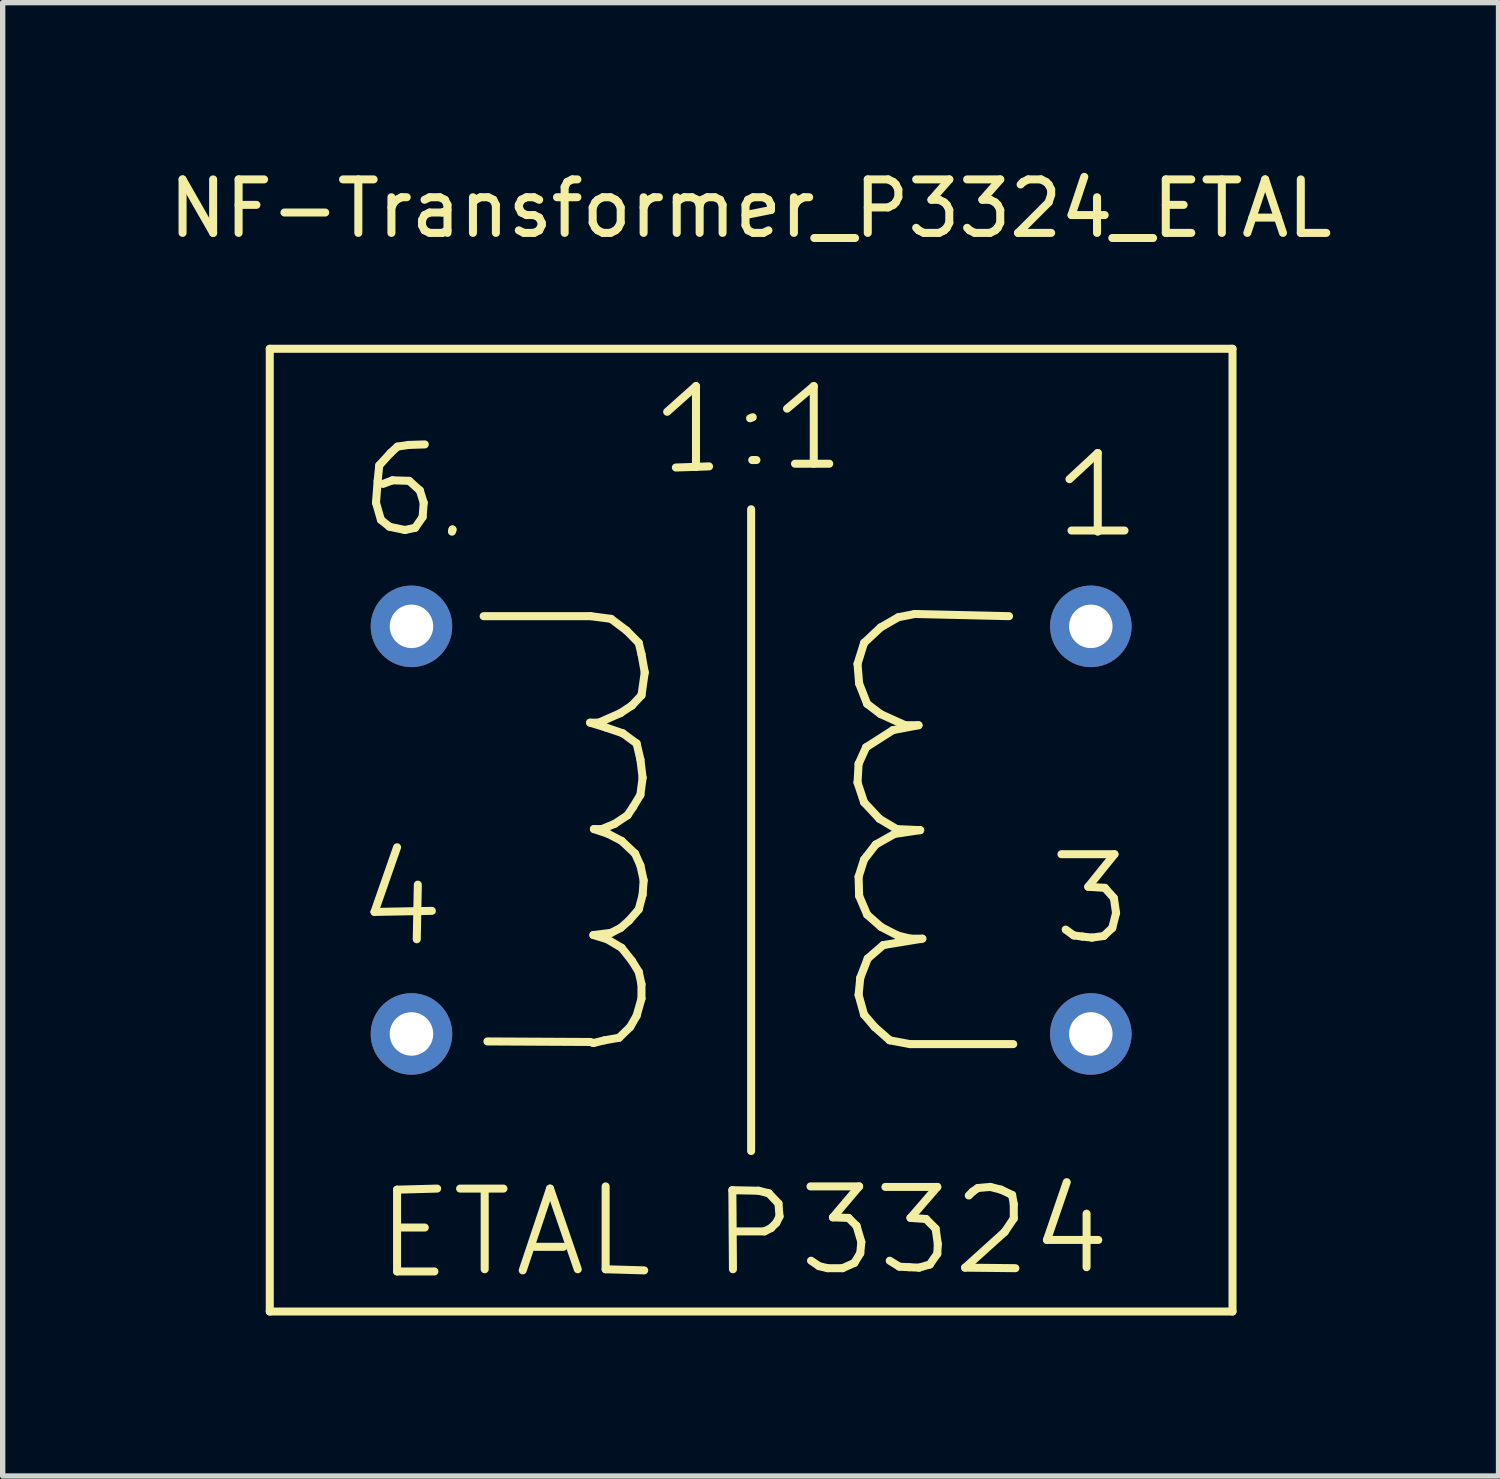
<source format=kicad_pcb>
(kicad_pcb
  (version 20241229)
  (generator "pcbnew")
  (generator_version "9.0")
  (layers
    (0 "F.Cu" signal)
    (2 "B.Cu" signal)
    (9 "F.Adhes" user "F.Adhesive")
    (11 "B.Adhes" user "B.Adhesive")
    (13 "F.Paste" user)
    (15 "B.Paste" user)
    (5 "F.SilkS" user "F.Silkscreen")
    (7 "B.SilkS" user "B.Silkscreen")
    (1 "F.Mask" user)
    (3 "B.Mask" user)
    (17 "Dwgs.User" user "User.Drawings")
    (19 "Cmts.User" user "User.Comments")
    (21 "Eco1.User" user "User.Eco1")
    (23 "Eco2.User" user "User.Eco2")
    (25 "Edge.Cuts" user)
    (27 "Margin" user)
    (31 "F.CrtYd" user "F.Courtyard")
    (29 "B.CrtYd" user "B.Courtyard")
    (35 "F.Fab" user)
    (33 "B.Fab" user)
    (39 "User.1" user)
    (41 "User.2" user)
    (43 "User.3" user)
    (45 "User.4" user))
  (footprint "NF-Transformer_P3324_ETAL"
    (layer "F.Cu")
    (at 10.992 12.469)
    (property "Reference" "NF-Transformer_P3324_ETAL" (at -0.01 -11.62 0) (layer "F.SilkS") (effects (font (size 1 1) (thickness 0.15))))
    (attr through_hole)
    (fp_line (start -8.999 -8.999) (end -8.999 8.999) (stroke (width 0.15) (type solid)) (layer "F.SilkS"))
    (fp_line (start -8.999 8.999) (end 8.999 8.999) (stroke (width 0.15) (type solid)) (layer "F.SilkS"))
    (fp_line (start -7.041 1.529) (end -5.969 1.509) (stroke (width 0.15) (type solid)) (layer "F.SilkS"))
    (fp_line (start -7.013 -6.121) (end -6.921 -5.801) (stroke (width 0.15) (type solid)) (layer "F.SilkS"))
    (fp_line (start -6.982 -6.53) (end -7.013 -6.121) (stroke (width 0.15) (type solid)) (layer "F.SilkS"))
    (fp_line (start -6.952 -6.82) (end -6.982 -6.53) (stroke (width 0.15) (type solid)) (layer "F.SilkS"))
    (fp_line (start -6.921 -5.801) (end -6.761 -5.672) (stroke (width 0.15) (type solid)) (layer "F.SilkS"))
    (fp_line (start -6.761 -5.672) (end -6.472 -5.611) (stroke (width 0.15) (type solid)) (layer "F.SilkS"))
    (fp_line (start -6.741 -7.051) (end -6.952 -6.82) (stroke (width 0.15) (type solid)) (layer "F.SilkS"))
    (fp_line (start -6.703 -6.54) (end -6.883 -6.472) (stroke (width 0.15) (type solid)) (layer "F.SilkS"))
    (fp_line (start -6.619 0.32) (end -7.041 1.529) (stroke (width 0.15) (type solid)) (layer "F.SilkS"))
    (fp_line (start -6.619 6.721) (end -6.619 8.25) (stroke (width 0.15) (type solid)) (layer "F.SilkS"))
    (fp_line (start -6.619 8.25) (end -5.921 8.25) (stroke (width 0.15) (type solid)) (layer "F.SilkS"))
    (fp_line (start -6.612 -7.17) (end -6.741 -7.051) (stroke (width 0.15) (type solid)) (layer "F.SilkS"))
    (fp_line (start -6.551 7.429) (end -6.101 7.429) (stroke (width 0.15) (type solid)) (layer "F.SilkS"))
    (fp_line (start -6.472 -5.611) (end -6.281 -5.652) (stroke (width 0.15) (type solid)) (layer "F.SilkS"))
    (fp_line (start -6.403 -7.201) (end -6.612 -7.17) (stroke (width 0.15) (type solid)) (layer "F.SilkS"))
    (fp_line (start -6.393 -6.53) (end -6.703 -6.54) (stroke (width 0.15) (type solid)) (layer "F.SilkS"))
    (fp_line (start -6.281 -5.652) (end -6.142 -5.852) (stroke (width 0.15) (type solid)) (layer "F.SilkS"))
    (fp_line (start -6.231 1.019) (end -6.251 2.04) (stroke (width 0.15) (type solid)) (layer "F.SilkS"))
    (fp_line (start -6.193 -6.35) (end -6.393 -6.53) (stroke (width 0.15) (type solid)) (layer "F.SilkS"))
    (fp_line (start -6.142 -5.852) (end -6.121 -6.121) (stroke (width 0.15) (type solid)) (layer "F.SilkS"))
    (fp_line (start -6.121 -6.121) (end -6.193 -6.35) (stroke (width 0.15) (type solid)) (layer "F.SilkS"))
    (fp_line (start -6.101 -7.211) (end -6.403 -7.201) (stroke (width 0.15) (type solid)) (layer "F.SilkS"))
    (fp_line (start -5.87 6.701) (end -6.619 6.721) (stroke (width 0.15) (type solid)) (layer "F.SilkS"))
    (fp_line (start -5.593 -5.58) (end -5.583 -5.621) (stroke (width 0.15) (type solid)) (layer "F.SilkS"))
    (fp_line (start -5.583 -5.621) (end -5.583 -5.611) (stroke (width 0.15) (type solid)) (layer "F.SilkS"))
    (fp_line (start -5.441 6.701) (end -4.63 6.701) (stroke (width 0.15) (type solid)) (layer "F.SilkS"))
    (fp_line (start -5.001 -4) (end -3 -4) (stroke (width 0.15) (type solid)) (layer "F.SilkS"))
    (fp_line (start -4.981 8.209) (end -4.981 6.741) (stroke (width 0.15) (type solid)) (layer "F.SilkS"))
    (fp_line (start -4.27 8.23) (end -3.759 6.701) (stroke (width 0.15) (type solid)) (layer "F.SilkS"))
    (fp_line (start -4.041 7.79) (end -3.51 7.79) (stroke (width 0.15) (type solid)) (layer "F.SilkS"))
    (fp_line (start -3.759 6.701) (end -3.241 8.209) (stroke (width 0.15) (type solid)) (layer "F.SilkS"))
    (fp_line (start -3.01 -2.009) (end -2.72 -1.92) (stroke (width 0.15) (type solid)) (layer "F.SilkS"))
    (fp_line (start -3.01 3.96) (end -4.93 3.95) (stroke (width 0.15) (type solid)) (layer "F.SilkS"))
    (fp_line (start -3 -4) (end -2.619 -3.95) (stroke (width 0.15) (type solid)) (layer "F.SilkS"))
    (fp_line (start -2.949 1.961) (end -2.69 2.04) (stroke (width 0.15) (type solid)) (layer "F.SilkS"))
    (fp_line (start -2.949 3.98) (end -3.01 3.96) (stroke (width 0.15) (type solid)) (layer "F.SilkS"))
    (fp_line (start -2.939 -0.02) (end -2.67 0.071) (stroke (width 0.15) (type solid)) (layer "F.SilkS"))
    (fp_line (start -2.85 -2.009) (end -3.01 -2.009) (stroke (width 0.15) (type solid)) (layer "F.SilkS"))
    (fp_line (start -2.789 -0.02) (end -2.939 -0.02) (stroke (width 0.15) (type solid)) (layer "F.SilkS"))
    (fp_line (start -2.741 3.929) (end -2.949 3.98) (stroke (width 0.15) (type solid)) (layer "F.SilkS"))
    (fp_line (start -2.72 -1.92) (end -2.4 -1.811) (stroke (width 0.15) (type solid)) (layer "F.SilkS"))
    (fp_line (start -2.72 6.66) (end -2.72 8.209) (stroke (width 0.15) (type solid)) (layer "F.SilkS"))
    (fp_line (start -2.72 8.209) (end -1.999 8.23) (stroke (width 0.15) (type solid)) (layer "F.SilkS"))
    (fp_line (start -2.69 2.04) (end -2.421 2.2) (stroke (width 0.15) (type solid)) (layer "F.SilkS"))
    (fp_line (start -2.67 0.071) (end -2.421 0.201) (stroke (width 0.15) (type solid)) (layer "F.SilkS"))
    (fp_line (start -2.619 -3.95) (end -2.329 -3.731) (stroke (width 0.15) (type solid)) (layer "F.SilkS"))
    (fp_line (start -2.619 1.92) (end -2.949 1.961) (stroke (width 0.15) (type solid)) (layer "F.SilkS"))
    (fp_line (start -2.55 -0.119) (end -2.789 -0.02) (stroke (width 0.15) (type solid)) (layer "F.SilkS"))
    (fp_line (start -2.469 3.881) (end -2.741 3.929) (stroke (width 0.15) (type solid)) (layer "F.SilkS"))
    (fp_line (start -2.441 -2.189) (end -2.85 -2.009) (stroke (width 0.15) (type solid)) (layer "F.SilkS"))
    (fp_line (start -2.441 1.829) (end -2.619 1.92) (stroke (width 0.15) (type solid)) (layer "F.SilkS"))
    (fp_line (start -2.421 0.201) (end -2.169 0.439) (stroke (width 0.15) (type solid)) (layer "F.SilkS"))
    (fp_line (start -2.421 2.2) (end -2.23 2.441) (stroke (width 0.15) (type solid)) (layer "F.SilkS"))
    (fp_line (start -2.4 -1.811) (end -2.141 -1.621) (stroke (width 0.15) (type solid)) (layer "F.SilkS"))
    (fp_line (start -2.329 -3.731) (end -2.101 -3.5) (stroke (width 0.15) (type solid)) (layer "F.SilkS"))
    (fp_line (start -2.309 -0.279) (end -2.55 -0.119) (stroke (width 0.15) (type solid)) (layer "F.SilkS"))
    (fp_line (start -2.281 1.689) (end -2.441 1.829) (stroke (width 0.15) (type solid)) (layer "F.SilkS"))
    (fp_line (start -2.261 3.68) (end -2.469 3.881) (stroke (width 0.15) (type solid)) (layer "F.SilkS"))
    (fp_line (start -2.23 -2.329) (end -2.441 -2.189) (stroke (width 0.15) (type solid)) (layer "F.SilkS"))
    (fp_line (start -2.23 2.441) (end -2.101 2.649) (stroke (width 0.15) (type solid)) (layer "F.SilkS"))
    (fp_line (start -2.21 -0.429) (end -2.309 -0.279) (stroke (width 0.15) (type solid)) (layer "F.SilkS"))
    (fp_line (start -2.169 0.439) (end -2.07 0.66) (stroke (width 0.15) (type solid)) (layer "F.SilkS"))
    (fp_line (start -2.141 -1.621) (end -2.07 -1.321) (stroke (width 0.15) (type solid)) (layer "F.SilkS"))
    (fp_line (start -2.141 3.47) (end -2.261 3.68) (stroke (width 0.15) (type solid)) (layer "F.SilkS"))
    (fp_line (start -2.101 -3.5) (end -2.05 -3.289) (stroke (width 0.15) (type solid)) (layer "F.SilkS"))
    (fp_line (start -2.101 1.481) (end -2.281 1.689) (stroke (width 0.15) (type solid)) (layer "F.SilkS"))
    (fp_line (start -2.101 2.649) (end -2.05 2.88) (stroke (width 0.15) (type solid)) (layer "F.SilkS"))
    (fp_line (start -2.07 -1.321) (end -2.029 -0.98) (stroke (width 0.15) (type solid)) (layer "F.SilkS"))
    (fp_line (start -2.07 -0.66) (end -2.21 -0.429) (stroke (width 0.15) (type solid)) (layer "F.SilkS"))
    (fp_line (start -2.07 0.66) (end -2.009 0.94) (stroke (width 0.15) (type solid)) (layer "F.SilkS"))
    (fp_line (start -2.05 -3.289) (end -1.989 -2.949) (stroke (width 0.15) (type solid)) (layer "F.SilkS"))
    (fp_line (start -2.05 -2.52) (end -2.23 -2.329) (stroke (width 0.15) (type solid)) (layer "F.SilkS"))
    (fp_line (start -2.05 2.88) (end -2.05 3.15) (stroke (width 0.15) (type solid)) (layer "F.SilkS"))
    (fp_line (start -2.05 3.15) (end -2.141 3.47) (stroke (width 0.15) (type solid)) (layer "F.SilkS"))
    (fp_line (start -2.029 -0.98) (end -2.07 -0.66) (stroke (width 0.15) (type solid)) (layer "F.SilkS"))
    (fp_line (start -2.029 1.209) (end -2.101 1.481) (stroke (width 0.15) (type solid)) (layer "F.SilkS"))
    (fp_line (start -2.009 0.94) (end -2.029 1.209) (stroke (width 0.15) (type solid)) (layer "F.SilkS"))
    (fp_line (start -1.989 -2.949) (end -2.05 -2.52) (stroke (width 0.15) (type solid)) (layer "F.SilkS"))
    (fp_line (start -1.57 -7.821) (end -1.031 -8.301) (stroke (width 0.15) (type solid)) (layer "F.SilkS"))
    (fp_line (start -1.407 -6.779) (end -0.787 -6.8) (stroke (width 0.15) (type solid)) (layer "F.SilkS"))
    (fp_line (start -1.031 -8.301) (end -1.031 -6.789) (stroke (width 0.15) (type solid)) (layer "F.SilkS"))
    (fp_line (start -0.351 6.731) (end 0.14 6.741) (stroke (width 0.15) (type solid)) (layer "F.SilkS"))
    (fp_line (start -0.34 8.209) (end -0.351 6.731) (stroke (width 0.15) (type solid)) (layer "F.SilkS"))
    (fp_line (start 0 -5.999) (end 0 5.999) (stroke (width 0.15) (type solid)) (layer "F.SilkS"))
    (fp_line (start 0.03 -7.719) (end -0.02 -7.699) (stroke (width 0.15) (type solid)) (layer "F.SilkS"))
    (fp_line (start 0.099 -6.919) (end 0.02 -6.919) (stroke (width 0.15) (type solid)) (layer "F.SilkS"))
    (fp_line (start 0.14 6.741) (end 0.33 6.789) (stroke (width 0.15) (type solid)) (layer "F.SilkS"))
    (fp_line (start 0.249 7.501) (end -0.269 7.501) (stroke (width 0.15) (type solid)) (layer "F.SilkS"))
    (fp_line (start 0.33 6.789) (end 0.511 6.98) (stroke (width 0.15) (type solid)) (layer "F.SilkS"))
    (fp_line (start 0.371 7.44) (end 0.249 7.501) (stroke (width 0.15) (type solid)) (layer "F.SilkS"))
    (fp_line (start 0.47 7.341) (end 0.371 7.44) (stroke (width 0.15) (type solid)) (layer "F.SilkS"))
    (fp_line (start 0.511 6.98) (end 0.531 7.221) (stroke (width 0.15) (type solid)) (layer "F.SilkS"))
    (fp_line (start 0.531 7.221) (end 0.47 7.341) (stroke (width 0.15) (type solid)) (layer "F.SilkS"))
    (fp_line (start 0.671 -7.879) (end 1.171 -8.301) (stroke (width 0.15) (type solid)) (layer "F.SilkS"))
    (fp_line (start 0.82 -6.85) (end 1.46 -6.85) (stroke (width 0.15) (type solid)) (layer "F.SilkS"))
    (fp_line (start 1.11 6.66) (end 2.019 6.66) (stroke (width 0.15) (type solid)) (layer "F.SilkS"))
    (fp_line (start 1.171 -8.301) (end 1.171 -6.85) (stroke (width 0.15) (type solid)) (layer "F.SilkS"))
    (fp_line (start 1.27 8.151) (end 1.12 8.049) (stroke (width 0.15) (type solid)) (layer "F.SilkS"))
    (fp_line (start 1.43 8.189) (end 1.27 8.151) (stroke (width 0.15) (type solid)) (layer "F.SilkS"))
    (fp_line (start 1.529 7.239) (end 1.821 7.249) (stroke (width 0.15) (type solid)) (layer "F.SilkS"))
    (fp_line (start 1.709 8.189) (end 1.43 8.189) (stroke (width 0.15) (type solid)) (layer "F.SilkS"))
    (fp_line (start 1.821 7.249) (end 1.971 7.399) (stroke (width 0.15) (type solid)) (layer "F.SilkS"))
    (fp_line (start 1.93 8.09) (end 1.709 8.189) (stroke (width 0.15) (type solid)) (layer "F.SilkS"))
    (fp_line (start 1.971 7.399) (end 2.06 7.699) (stroke (width 0.15) (type solid)) (layer "F.SilkS"))
    (fp_line (start 1.989 -3.109) (end 2.019 -2.741) (stroke (width 0.15) (type solid)) (layer "F.SilkS"))
    (fp_line (start 1.989 -0.889) (end 2.111 -0.521) (stroke (width 0.15) (type solid)) (layer "F.SilkS"))
    (fp_line (start 2.009 -1.24) (end 1.989 -0.889) (stroke (width 0.15) (type solid)) (layer "F.SilkS"))
    (fp_line (start 2.009 0.871) (end 2.019 1.229) (stroke (width 0.15) (type solid)) (layer "F.SilkS"))
    (fp_line (start 2.009 3.081) (end 2.111 3.449) (stroke (width 0.15) (type solid)) (layer "F.SilkS"))
    (fp_line (start 2.019 -2.741) (end 2.169 -2.36) (stroke (width 0.15) (type solid)) (layer "F.SilkS"))
    (fp_line (start 2.019 1.229) (end 2.169 1.58) (stroke (width 0.15) (type solid)) (layer "F.SilkS"))
    (fp_line (start 2.019 6.66) (end 1.529 7.239) (stroke (width 0.15) (type solid)) (layer "F.SilkS"))
    (fp_line (start 2.04 2.761) (end 2.009 3.081) (stroke (width 0.15) (type solid)) (layer "F.SilkS"))
    (fp_line (start 2.04 7.91) (end 1.93 8.09) (stroke (width 0.15) (type solid)) (layer "F.SilkS"))
    (fp_line (start 2.06 7.699) (end 2.04 7.91) (stroke (width 0.15) (type solid)) (layer "F.SilkS"))
    (fp_line (start 2.111 -3.5) (end 1.989 -3.109) (stroke (width 0.15) (type solid)) (layer "F.SilkS"))
    (fp_line (start 2.111 -0.521) (end 2.4 -0.211) (stroke (width 0.15) (type solid)) (layer "F.SilkS"))
    (fp_line (start 2.111 0.551) (end 2.009 0.871) (stroke (width 0.15) (type solid)) (layer "F.SilkS"))
    (fp_line (start 2.111 3.449) (end 2.309 3.68) (stroke (width 0.15) (type solid)) (layer "F.SilkS"))
    (fp_line (start 2.149 -1.549) (end 2.009 -1.24) (stroke (width 0.15) (type solid)) (layer "F.SilkS"))
    (fp_line (start 2.169 -2.36) (end 2.421 -2.169) (stroke (width 0.15) (type solid)) (layer "F.SilkS"))
    (fp_line (start 2.169 1.58) (end 2.431 1.811) (stroke (width 0.15) (type solid)) (layer "F.SilkS"))
    (fp_line (start 2.179 2.4) (end 2.04 2.761) (stroke (width 0.15) (type solid)) (layer "F.SilkS"))
    (fp_line (start 2.309 3.68) (end 2.591 3.929) (stroke (width 0.15) (type solid)) (layer "F.SilkS"))
    (fp_line (start 2.329 0.269) (end 2.111 0.551) (stroke (width 0.15) (type solid)) (layer "F.SilkS"))
    (fp_line (start 2.4 -0.211) (end 2.72 -0.02) (stroke (width 0.15) (type solid)) (layer "F.SilkS"))
    (fp_line (start 2.421 -3.79) (end 2.111 -3.5) (stroke (width 0.15) (type solid)) (layer "F.SilkS"))
    (fp_line (start 2.421 -2.169) (end 2.88 -1.961) (stroke (width 0.15) (type solid)) (layer "F.SilkS"))
    (fp_line (start 2.431 1.811) (end 2.741 1.971) (stroke (width 0.15) (type solid)) (layer "F.SilkS"))
    (fp_line (start 2.469 2.149) (end 2.179 2.4) (stroke (width 0.15) (type solid)) (layer "F.SilkS"))
    (fp_line (start 2.51 6.67) (end 3.48 6.67) (stroke (width 0.15) (type solid)) (layer "F.SilkS"))
    (fp_line (start 2.591 3.929) (end 2.969 4) (stroke (width 0.15) (type solid)) (layer "F.SilkS"))
    (fp_line (start 2.649 -1.869) (end 2.149 -1.549) (stroke (width 0.15) (type solid)) (layer "F.SilkS"))
    (fp_line (start 2.68 0.071) (end 2.329 0.269) (stroke (width 0.15) (type solid)) (layer "F.SilkS"))
    (fp_line (start 2.72 -0.02) (end 3.16 0) (stroke (width 0.15) (type solid)) (layer "F.SilkS"))
    (fp_line (start 2.741 1.971) (end 2.979 2.029) (stroke (width 0.15) (type solid)) (layer "F.SilkS"))
    (fp_line (start 2.751 -3.98) (end 2.421 -3.79) (stroke (width 0.15) (type solid)) (layer "F.SilkS"))
    (fp_line (start 2.771 8.161) (end 2.591 8.049) (stroke (width 0.15) (type solid)) (layer "F.SilkS"))
    (fp_line (start 2.88 -1.961) (end 3.129 -1.961) (stroke (width 0.15) (type solid)) (layer "F.SilkS"))
    (fp_line (start 2.959 8.171) (end 2.771 8.161) (stroke (width 0.15) (type solid)) (layer "F.SilkS"))
    (fp_line (start 2.969 4) (end 4.9 4) (stroke (width 0.15) (type solid)) (layer "F.SilkS"))
    (fp_line (start 2.979 2.029) (end 3.2 2.029) (stroke (width 0.15) (type solid)) (layer "F.SilkS"))
    (fp_line (start 2.979 7.249) (end 3.269 7.269) (stroke (width 0.15) (type solid)) (layer "F.SilkS"))
    (fp_line (start 3.061 -4.041) (end 2.751 -3.98) (stroke (width 0.15) (type solid)) (layer "F.SilkS"))
    (fp_line (start 3.129 -1.961) (end 2.649 -1.869) (stroke (width 0.15) (type solid)) (layer "F.SilkS"))
    (fp_line (start 3.139 8.179) (end 2.959 8.171) (stroke (width 0.15) (type solid)) (layer "F.SilkS"))
    (fp_line (start 3.16 0) (end 2.68 0.071) (stroke (width 0.15) (type solid)) (layer "F.SilkS"))
    (fp_line (start 3.2 2.029) (end 2.469 2.149) (stroke (width 0.15) (type solid)) (layer "F.SilkS"))
    (fp_line (start 3.269 7.269) (end 3.449 7.45) (stroke (width 0.15) (type solid)) (layer "F.SilkS"))
    (fp_line (start 3.34 8.12) (end 3.139 8.179) (stroke (width 0.15) (type solid)) (layer "F.SilkS"))
    (fp_line (start 3.449 7.45) (end 3.49 7.739) (stroke (width 0.15) (type solid)) (layer "F.SilkS"))
    (fp_line (start 3.48 6.67) (end 2.979 7.249) (stroke (width 0.15) (type solid)) (layer "F.SilkS"))
    (fp_line (start 3.48 7.92) (end 3.34 8.12) (stroke (width 0.15) (type solid)) (layer "F.SilkS"))
    (fp_line (start 3.49 7.739) (end 3.48 7.92) (stroke (width 0.15) (type solid)) (layer "F.SilkS"))
    (fp_line (start 4 8.179) (end 4.94 8.189) (stroke (width 0.15) (type solid)) (layer "F.SilkS"))
    (fp_line (start 4.069 6.83) (end 4.14 6.759) (stroke (width 0.15) (type solid)) (layer "F.SilkS"))
    (fp_line (start 4.14 6.759) (end 4.239 6.69) (stroke (width 0.15) (type solid)) (layer "F.SilkS"))
    (fp_line (start 4.239 6.69) (end 4.47 6.67) (stroke (width 0.15) (type solid)) (layer "F.SilkS"))
    (fp_line (start 4.47 6.67) (end 4.671 6.721) (stroke (width 0.15) (type solid)) (layer "F.SilkS"))
    (fp_line (start 4.671 6.721) (end 4.879 6.82) (stroke (width 0.15) (type solid)) (layer "F.SilkS"))
    (fp_line (start 4.74 7.511) (end 4 8.179) (stroke (width 0.15) (type solid)) (layer "F.SilkS"))
    (fp_line (start 4.821 -4) (end 3.061 -4.041) (stroke (width 0.15) (type solid)) (layer "F.SilkS"))
    (fp_line (start 4.879 6.82) (end 4.91 6.99) (stroke (width 0.15) (type solid)) (layer "F.SilkS"))
    (fp_line (start 4.91 6.99) (end 4.91 7.259) (stroke (width 0.15) (type solid)) (layer "F.SilkS"))
    (fp_line (start 4.91 7.259) (end 4.74 7.511) (stroke (width 0.15) (type solid)) (layer "F.SilkS"))
    (fp_line (start 5.53 7.661) (end 6.49 7.661) (stroke (width 0.15) (type solid)) (layer "F.SilkS"))
    (fp_line (start 5.801 0.45) (end 6.792 0.45) (stroke (width 0.15) (type solid)) (layer "F.SilkS"))
    (fp_line (start 5.9 6.581) (end 5.53 7.661) (stroke (width 0.15) (type solid)) (layer "F.SilkS"))
    (fp_line (start 5.951 -6.561) (end 6.48 -7.051) (stroke (width 0.15) (type solid)) (layer "F.SilkS"))
    (fp_line (start 5.989 -5.601) (end 6.98 -5.601) (stroke (width 0.15) (type solid)) (layer "F.SilkS"))
    (fp_line (start 6.03 1.968) (end 5.88 1.859) (stroke (width 0.15) (type solid)) (layer "F.SilkS"))
    (fp_line (start 6.19 1.989) (end 6.03 1.968) (stroke (width 0.15) (type solid)) (layer "F.SilkS"))
    (fp_line (start 6.271 7.17) (end 6.271 8.171) (stroke (width 0.15) (type solid)) (layer "F.SilkS"))
    (fp_line (start 6.302 1.059) (end 6.612 1.079) (stroke (width 0.15) (type solid)) (layer "F.SilkS"))
    (fp_line (start 6.37 2.009) (end 6.19 1.989) (stroke (width 0.15) (type solid)) (layer "F.SilkS"))
    (fp_line (start 6.48 -7.051) (end 6.48 -5.58) (stroke (width 0.15) (type solid)) (layer "F.SilkS"))
    (fp_line (start 6.591 1.979) (end 6.37 2.009) (stroke (width 0.15) (type solid)) (layer "F.SilkS"))
    (fp_line (start 6.612 1.079) (end 6.782 1.27) (stroke (width 0.15) (type solid)) (layer "F.SilkS"))
    (fp_line (start 6.751 1.829) (end 6.591 1.979) (stroke (width 0.15) (type solid)) (layer "F.SilkS"))
    (fp_line (start 6.782 1.27) (end 6.822 1.549) (stroke (width 0.15) (type solid)) (layer "F.SilkS"))
    (fp_line (start 6.792 0.45) (end 6.302 1.059) (stroke (width 0.15) (type solid)) (layer "F.SilkS"))
    (fp_line (start 6.822 1.549) (end 6.751 1.829) (stroke (width 0.15) (type solid)) (layer "F.SilkS"))
    (fp_line (start 8.999 -8.999) (end -8.999 -8.999) (stroke (width 0.15) (type solid)) (layer "F.SilkS"))
    (fp_line (start 8.999 8.999) (end 8.999 -8.999) (stroke (width 0.15) (type solid)) (layer "F.SilkS"))
    (pad "1" thru_hole circle (at 6.35 -3.81) (size 1.524 1.524) (drill 0.813) (layers "*.Cu" "*.Mask"))
    (pad "3" thru_hole circle (at 6.35 3.81) (size 1.524 1.524) (drill 0.813) (layers "*.Cu" "*.Mask"))
    (pad "4" thru_hole circle (at -6.35 3.81) (size 1.524 1.524) (drill 0.813) (layers "*.Cu" "*.Mask"))
    (pad "6" thru_hole circle (at -6.35 -3.81) (size 1.524 1.524) (drill 0.813) (layers "*.Cu" "*.Mask")))
  (gr_rect
    (start -3 -3)
    (end 24.964 24.543)
    (stroke (width 0.1) (type default))
    (fill no)
    (layer "Edge.Cuts")))
</source>
